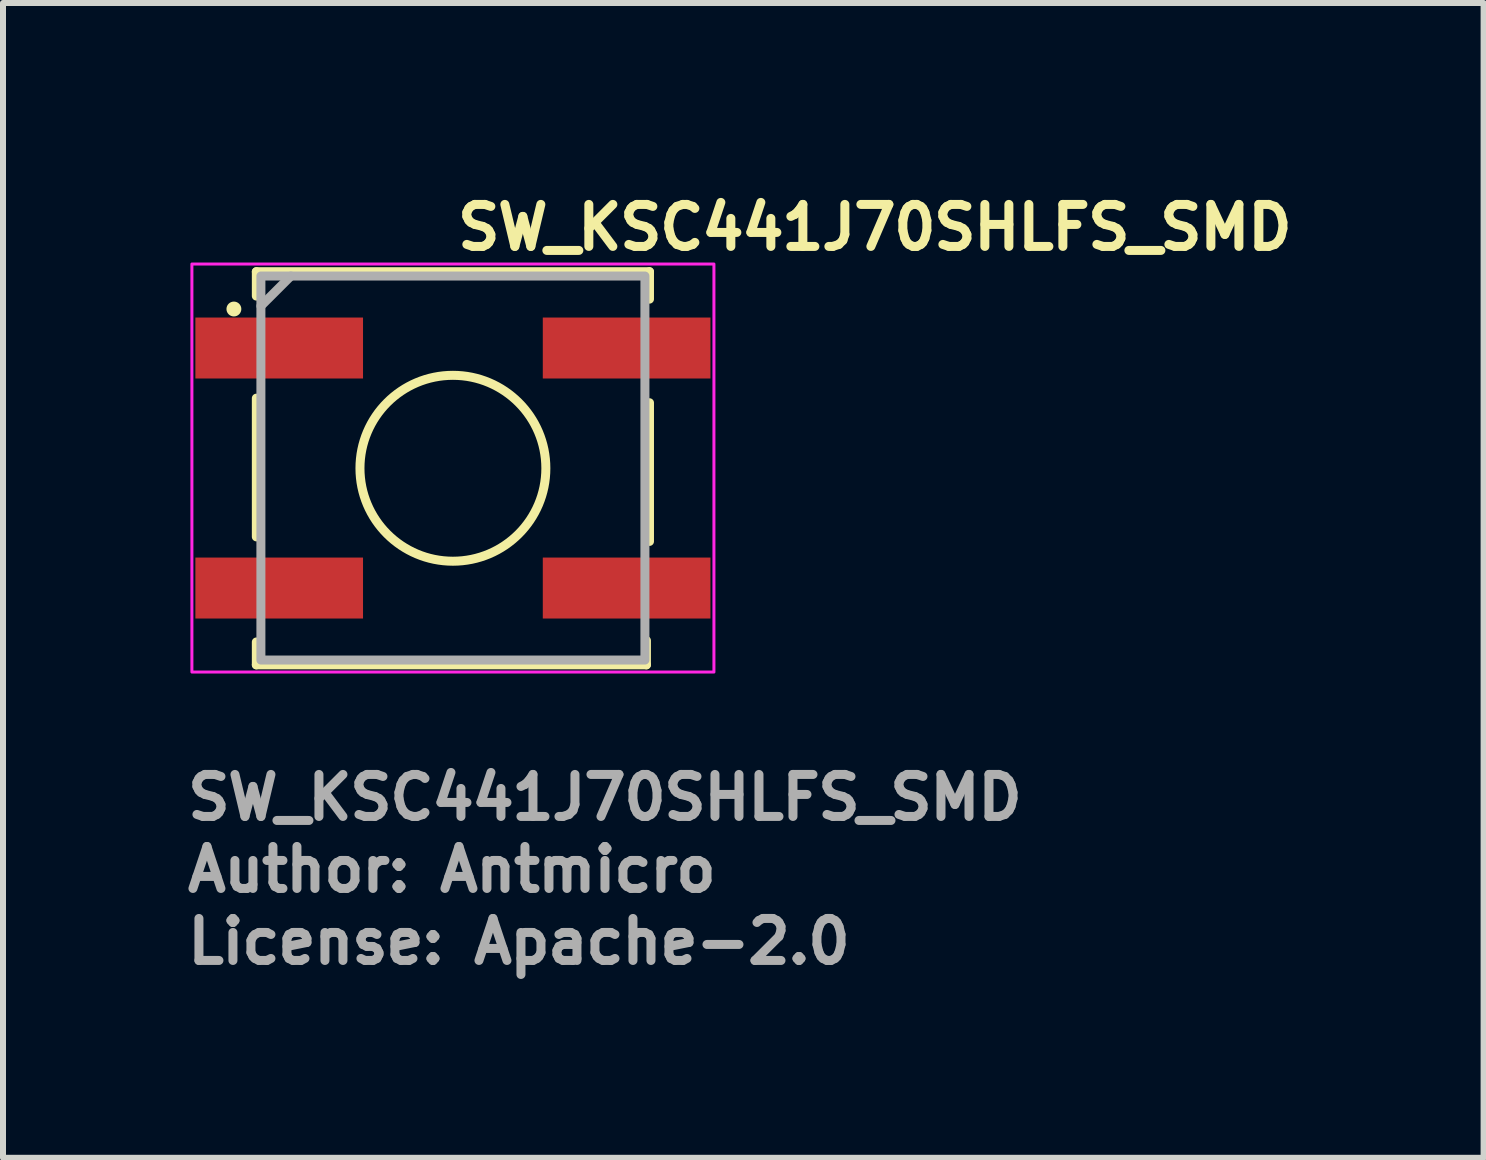
<source format=kicad_pcb>
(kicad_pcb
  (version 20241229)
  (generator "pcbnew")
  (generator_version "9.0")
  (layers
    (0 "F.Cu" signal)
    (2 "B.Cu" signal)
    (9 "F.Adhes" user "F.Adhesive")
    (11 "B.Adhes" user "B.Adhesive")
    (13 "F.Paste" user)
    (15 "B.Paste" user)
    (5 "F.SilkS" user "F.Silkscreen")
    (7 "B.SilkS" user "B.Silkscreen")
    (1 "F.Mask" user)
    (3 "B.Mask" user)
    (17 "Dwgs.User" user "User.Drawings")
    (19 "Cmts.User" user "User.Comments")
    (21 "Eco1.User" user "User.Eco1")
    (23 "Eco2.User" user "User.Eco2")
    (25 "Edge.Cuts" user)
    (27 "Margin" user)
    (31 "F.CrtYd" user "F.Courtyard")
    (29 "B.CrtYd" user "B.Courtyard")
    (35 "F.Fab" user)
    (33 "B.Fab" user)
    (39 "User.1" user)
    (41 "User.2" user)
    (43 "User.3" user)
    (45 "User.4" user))
  (footprint "SW_KSC441J70SHLFS_SMD"
    (layer "F.Cu")
    (at 4.498 4.75)
    (property "Reference" "SW_KSC441J70SHLFS_SMD" (at 0 -3.6 0) (unlocked yes) (layer "F.SilkS") (effects (font (size 0.7 0.7) (thickness 0.15)) (justify left bottom)))
    (attr smd)
    (fp_line (start -3.276 -3.272) (end -3.276 -2.866) (stroke (width 0.15) (type solid)) (layer "F.SilkS"))
    (fp_line (start -3.276 -3.272) (end 3.276 -3.272) (stroke (width 0.15) (type solid)) (layer "F.SilkS"))
    (fp_line (start -3.276 1.147) (end -3.276 -1.164) (stroke (width 0.15) (type solid)) (layer "F.SilkS"))
    (fp_line (start -3.276 3.28) (end -3.276 2.899) (stroke (width 0.15) (type solid)) (layer "F.SilkS"))
    (fp_line (start -3.276 3.28) (end 3.225 3.28) (stroke (width 0.15) (type solid)) (layer "F.SilkS"))
    (fp_line (start 3.225 3.28) (end 3.225 2.874) (stroke (width 0.15) (type solid)) (layer "F.SilkS"))
    (fp_line (start 3.276 -2.815) (end 3.276 -3.272) (stroke (width 0.15) (type solid)) (layer "F.SilkS"))
    (fp_line (start 3.276 1.223) (end 3.276 -1.088) (stroke (width 0.15) (type solid)) (layer "F.SilkS"))
    (fp_circle (center -3.65 -2.65) (end -3.601 -2.65) (stroke (width 0.15) (type solid)) (fill yes) (layer "F.SilkS"))
    (fp_circle (center 0 0.004) (end 0 -1.545) (stroke (width 0.15) (type solid)) (fill no) (layer "F.SilkS"))
    (fp_line (start -0.253 0.004) (end 0.254 0.005) (stroke (width 0.025) (type solid)) (layer "Eco1.User"))
    (fp_line (start 0 -0.25) (end 0 0.258) (stroke (width 0.025) (type solid)) (layer "Eco1.User"))
    (fp_rect (start -4.35 -3.4) (end 4.35 3.4) (stroke (width 0.05) (type solid)) (fill no) (layer "F.CrtYd"))
    (fp_line (start -2.7 -3.2) (end -3.2 -2.7) (stroke (width 0.15) (type solid)) (layer "F.Fab"))
    (fp_rect (start -3.2 -3.2) (end 3.2 3.2) (stroke (width 0.15) (type solid)) (fill no) (layer "F.Fab"))
    (fp_circle (center 0 0.004) (end 0 -1.367) (stroke (width 0.152) (type solid)) (fill no) (layer "User.1"))
    (fp_rect (start -3.4 -3.15) (end 3.4 3.15) (stroke (width 0.1) (type solid)) (fill no) (layer "User.5"))
    (fp_line (start -3.4 -2.375) (end -3.4 -1.625) (stroke (width 0.02) (type solid)) (layer "User.9"))
    (fp_line (start -3.4 -1.625) (end -3.4 -2.375) (stroke (width 0.02) (type solid)) (layer "User.9"))
    (fp_line (start -3.4 1.625) (end -3.4 2.375) (stroke (width 0.02) (type solid)) (layer "User.9"))
    (fp_line (start -3.4 2.375) (end -3.4 1.625) (stroke (width 0.02) (type solid)) (layer "User.9"))
    (fp_line (start -3.312 -2.375) (end -3.4 -2.375) (stroke (width 0.02) (type solid)) (layer "User.9"))
    (fp_line (start -3.312 -2.375) (end -3.312 -2.375) (stroke (width 0.02) (type solid)) (layer "User.9"))
    (fp_line (start -3.15 -2.799) (end -3.15 -2.5) (stroke (width 0.02) (type solid)) (layer "User.9"))
    (fp_line (start -3.15 -2.5) (end -3.15 -2.375) (stroke (width 0.02) (type solid)) (layer "User.9"))
    (fp_line (start -3.15 -1.625) (end -3.15 -1.499) (stroke (width 0.02) (type solid)) (layer "User.9"))
    (fp_line (start -3.15 -1.499) (end -3.15 1.499) (stroke (width 0.02) (type solid)) (layer "User.9"))
    (fp_line (start -3.15 -1.499) (end -3.134 -1.499) (stroke (width 0.02) (type solid)) (layer "User.9"))
    (fp_line (start -3.15 1.499) (end -3.15 1.625) (stroke (width 0.02) (type solid)) (layer "User.9"))
    (fp_line (start -3.15 2.375) (end -3.15 2.5) (stroke (width 0.02) (type solid)) (layer "User.9"))
    (fp_line (start -3.15 2.5) (end -3.15 2.799) (stroke (width 0.02) (type solid)) (layer "User.9"))
    (fp_line (start -3.15 2.5) (end -3.125 2.5) (stroke (width 0.02) (type solid)) (layer "User.9"))
    (fp_line (start -3.15 2.799) (end -3.125 2.799) (stroke (width 0.02) (type solid)) (layer "User.9"))
    (fp_line (start -3.134 -1.976) (end -3.134 -1.971) (stroke (width 0.02) (type solid)) (layer "User.9"))
    (fp_line (start -3.134 -1.971) (end -3.134 -1.964) (stroke (width 0.02) (type solid)) (layer "User.9"))
    (fp_line (start -3.134 -1.964) (end -3.134 1.965) (stroke (width 0.02) (type solid)) (layer "User.9"))
    (fp_line (start -3.134 -1.625) (end -3.4 -1.625) (stroke (width 0.02) (type solid)) (layer "User.9"))
    (fp_line (start -3.134 1.499) (end -3.15 1.499) (stroke (width 0.02) (type solid)) (layer "User.9"))
    (fp_line (start -3.134 1.625) (end -3.4 1.625) (stroke (width 0.02) (type solid)) (layer "User.9"))
    (fp_line (start -3.134 1.965) (end -3.134 1.968) (stroke (width 0.02) (type solid)) (layer "User.9"))
    (fp_line (start -3.134 1.968) (end -3.134 1.971) (stroke (width 0.02) (type solid)) (layer "User.9"))
    (fp_line (start -3.134 1.971) (end -3.134 1.975) (stroke (width 0.02) (type solid)) (layer "User.9"))
    (fp_line (start -3.134 1.975) (end -3.134 1.978) (stroke (width 0.02) (type solid)) (layer "User.9"))
    (fp_line (start -3.134 1.978) (end -3.134 1.982) (stroke (width 0.02) (type solid)) (layer "User.9"))
    (fp_line (start -3.134 1.982) (end -3.133 1.985) (stroke (width 0.02) (type solid)) (layer "User.9"))
    (fp_line (start -3.133 -1.983) (end -3.134 -1.976) (stroke (width 0.02) (type solid)) (layer "User.9"))
    (fp_line (start -3.133 1.985) (end -3.133 1.988) (stroke (width 0.02) (type solid)) (layer "User.9"))
    (fp_line (start -3.133 1.988) (end -3.132 1.992) (stroke (width 0.02) (type solid)) (layer "User.9"))
    (fp_line (start -3.132 -1.988) (end -3.133 -1.983) (stroke (width 0.02) (type solid)) (layer "User.9"))
    (fp_line (start -3.132 1.992) (end -3.131 1.995) (stroke (width 0.02) (type solid)) (layer "User.9"))
    (fp_line (start -3.131 -1.995) (end -3.132 -1.988) (stroke (width 0.02) (type solid)) (layer "User.9"))
    (fp_line (start -3.131 1.995) (end -3.131 1.999) (stroke (width 0.02) (type solid)) (layer "User.9"))
    (fp_line (start -3.131 1.999) (end -3.13 2) (stroke (width 0.02) (type solid)) (layer "User.9"))
    (fp_line (start -3.13 -2) (end -3.131 -1.995) (stroke (width 0.02) (type solid)) (layer "User.9"))
    (fp_line (start -3.13 2) (end -3.129 2.004) (stroke (width 0.02) (type solid)) (layer "User.9"))
    (fp_line (start -3.129 2.004) (end -3.128 2.008) (stroke (width 0.02) (type solid)) (layer "User.9"))
    (fp_line (start -3.128 -2.007) (end -3.13 -2) (stroke (width 0.02) (type solid)) (layer "User.9"))
    (fp_line (start -3.128 2.008) (end -3.127 2.012) (stroke (width 0.02) (type solid)) (layer "User.9"))
    (fp_line (start -3.127 2.012) (end -3.126 2.015) (stroke (width 0.02) (type solid)) (layer "User.9"))
    (fp_line (start -3.126 -2.012) (end -3.128 -2.007) (stroke (width 0.02) (type solid)) (layer "User.9"))
    (fp_line (start -3.126 2.015) (end -3.125 2.016) (stroke (width 0.02) (type solid)) (layer "User.9"))
    (fp_line (start -3.125 -1.212) (end -3.125 2.812) (stroke (width 0.02) (type solid)) (layer "User.9"))
    (fp_line (start -3.125 2.375) (end -3.4 2.375) (stroke (width 0.02) (type solid)) (layer "User.9"))
    (fp_line (start -3.125 2.812) (end -2.705 2.812) (stroke (width 0.02) (type solid)) (layer "User.9"))
    (fp_line (start -3.124 -2.019) (end -3.126 -2.012) (stroke (width 0.02) (type solid)) (layer "User.9"))
    (fp_line (start -3.122 -2.024) (end -3.124 -2.019) (stroke (width 0.02) (type solid)) (layer "User.9"))
    (fp_line (start -3.12 -2.03) (end -3.122 -2.024) (stroke (width 0.02) (type solid)) (layer "User.9"))
    (fp_line (start -3.117 -2.035) (end -3.12 -2.03) (stroke (width 0.02) (type solid)) (layer "User.9"))
    (fp_line (start -3.114 -2.04) (end -3.117 -2.035) (stroke (width 0.02) (type solid)) (layer "User.9"))
    (fp_line (start -3.111 -2.045) (end -3.114 -2.04) (stroke (width 0.02) (type solid)) (layer "User.9"))
    (fp_line (start -3.107 -2.05) (end -3.111 -2.045) (stroke (width 0.02) (type solid)) (layer "User.9"))
    (fp_line (start -3.104 -2.055) (end -3.107 -2.05) (stroke (width 0.02) (type solid)) (layer "User.9"))
    (fp_line (start -3.1 -2.662) (end -3.1 -2.212) (stroke (width 0.02) (type solid)) (layer "User.9"))
    (fp_line (start -3.1 -2.5) (end -3.15 -2.5) (stroke (width 0.02) (type solid)) (layer "User.9"))
    (fp_line (start -3.1 -2.375) (end -3.312 -2.375) (stroke (width 0.02) (type solid)) (layer "User.9"))
    (fp_line (start -3.1 -2.212) (end -3.025 -2.212) (stroke (width 0.02) (type solid)) (layer "User.9"))
    (fp_line (start -3.1 -2.061) (end -3.1 -2.212) (stroke (width 0.02) (type solid)) (layer "User.9"))
    (fp_line (start -3.1 -2.06) (end -3.104 -2.055) (stroke (width 0.02) (type solid)) (layer "User.9"))
    (fp_line (start -3.096 -2.065) (end -3.1 -2.06) (stroke (width 0.02) (type solid)) (layer "User.9"))
    (fp_line (start -3.092 -2.069) (end -3.096 -2.065) (stroke (width 0.02) (type solid)) (layer "User.9"))
    (fp_line (start -3.088 -2.073) (end -3.092 -2.069) (stroke (width 0.02) (type solid)) (layer "User.9"))
    (fp_line (start -3.083 -2.077) (end -3.088 -2.073) (stroke (width 0.02) (type solid)) (layer "User.9"))
    (fp_line (start -3.079 -2.081) (end -3.083 -2.077) (stroke (width 0.02) (type solid)) (layer "User.9"))
    (fp_line (start -3.074 -2.085) (end -3.079 -2.081) (stroke (width 0.02) (type solid)) (layer "User.9"))
    (fp_line (start -3.069 -2.088) (end -3.074 -2.085) (stroke (width 0.02) (type solid)) (layer "User.9"))
    (fp_line (start -3.064 -2.092) (end -3.069 -2.088) (stroke (width 0.02) (type solid)) (layer "User.9"))
    (fp_line (start -3.059 -2.095) (end -3.064 -2.092) (stroke (width 0.02) (type solid)) (layer "User.9"))
    (fp_line (start -3.053 -2.098) (end -3.059 -2.095) (stroke (width 0.02) (type solid)) (layer "User.9"))
    (fp_line (start -3.048 -2.1) (end -3.053 -2.098) (stroke (width 0.02) (type solid)) (layer "User.9"))
    (fp_line (start -3.042 -2.103) (end -3.048 -2.1) (stroke (width 0.02) (type solid)) (layer "User.9"))
    (fp_line (start -3.036 -2.105) (end -3.042 -2.103) (stroke (width 0.02) (type solid)) (layer "User.9"))
    (fp_line (start -3.031 -2.107) (end -3.036 -2.105) (stroke (width 0.02) (type solid)) (layer "User.9"))
    (fp_line (start -3.025 -2.812) (end -3.025 -2.662) (stroke (width 0.02) (type solid)) (layer "User.9"))
    (fp_line (start -3.025 -2.799) (end -3.15 -2.799) (stroke (width 0.02) (type solid)) (layer "User.9"))
    (fp_line (start -3.025 -2.662) (end -3.1 -2.662) (stroke (width 0.02) (type solid)) (layer "User.9"))
    (fp_line (start -3.025 -2.212) (end -3.025 -1.212) (stroke (width 0.02) (type solid)) (layer "User.9"))
    (fp_line (start -3.025 -2.109) (end -3.031 -2.107) (stroke (width 0.02) (type solid)) (layer "User.9"))
    (fp_line (start -3.025 -1.212) (end -3.125 -1.212) (stroke (width 0.02) (type solid)) (layer "User.9"))
    (fp_line (start -2.705 -3.012) (end -2.705 -2.812) (stroke (width 0.02) (type solid)) (layer "User.9"))
    (fp_line (start -2.705 -2.812) (end -3.025 -2.812) (stroke (width 0.02) (type solid)) (layer "User.9"))
    (fp_line (start -2.705 2.812) (end -2.705 3.012) (stroke (width 0.02) (type solid)) (layer "User.9"))
    (fp_line (start -2.705 3.012) (end -2.05 3.012) (stroke (width 0.02) (type solid)) (layer "User.9"))
    (fp_line (start -2.05 -3.012) (end -2.705 -3.012) (stroke (width 0.02) (type solid)) (layer "User.9"))
    (fp_line (start -2.05 -2.95) (end -2.05 -2.812) (stroke (width 0.02) (type solid)) (layer "User.9"))
    (fp_line (start -2.05 -2.812) (end -2.05 -3.012) (stroke (width 0.02) (type solid)) (layer "User.9"))
    (fp_line (start -2.05 2.812) (end -2.05 2.95) (stroke (width 0.02) (type solid)) (layer "User.9"))
    (fp_line (start -2.05 2.812) (end -1.6 2.812) (stroke (width 0.02) (type solid)) (layer "User.9"))
    (fp_line (start -2.05 2.95) (end -2.049 2.957) (stroke (width 0.02) (type solid)) (layer "User.9"))
    (fp_line (start -2.05 3.012) (end -2.05 2.812) (stroke (width 0.02) (type solid)) (layer "User.9"))
    (fp_line (start -2.049 -2.965) (end -2.049 -2.957) (stroke (width 0.02) (type solid)) (layer "User.9"))
    (fp_line (start -2.049 -2.957) (end -2.05 -2.95) (stroke (width 0.02) (type solid)) (layer "User.9"))
    (fp_line (start -2.049 2.957) (end -2.049 2.965) (stroke (width 0.02) (type solid)) (layer "User.9"))
    (fp_line (start -2.049 2.965) (end -2.048 2.972) (stroke (width 0.02) (type solid)) (layer "User.9"))
    (fp_line (start -2.048 -2.972) (end -2.049 -2.965) (stroke (width 0.02) (type solid)) (layer "User.9"))
    (fp_line (start -2.048 2.972) (end -2.046 2.98) (stroke (width 0.02) (type solid)) (layer "User.9"))
    (fp_line (start -2.046 -2.98) (end -2.048 -2.972) (stroke (width 0.02) (type solid)) (layer "User.9"))
    (fp_line (start -2.046 2.98) (end -2.045 2.987) (stroke (width 0.02) (type solid)) (layer "User.9"))
    (fp_line (start -2.045 -2.987) (end -2.046 -2.98) (stroke (width 0.02) (type solid)) (layer "User.9"))
    (fp_line (start -2.045 2.987) (end -2.043 2.994) (stroke (width 0.02) (type solid)) (layer "User.9"))
    (fp_line (start -2.043 -2.994) (end -2.045 -2.987) (stroke (width 0.02) (type solid)) (layer "User.9"))
    (fp_line (start -2.043 2.994) (end -2.04 3.001) (stroke (width 0.02) (type solid)) (layer "User.9"))
    (fp_line (start -2.04 -3.001) (end -2.043 -2.994) (stroke (width 0.02) (type solid)) (layer "User.9"))
    (fp_line (start -2.04 3.001) (end -2.038 3.008) (stroke (width 0.02) (type solid)) (layer "User.9"))
    (fp_line (start -2.038 -3.008) (end -2.04 -3.001) (stroke (width 0.02) (type solid)) (layer "User.9"))
    (fp_line (start -2.038 3.008) (end -2.035 3.015) (stroke (width 0.02) (type solid)) (layer "User.9"))
    (fp_line (start -2.036 -3.012) (end -2.05 -3.012) (stroke (width 0.02) (type solid)) (layer "User.9"))
    (fp_line (start -2.036 3.012) (end -2.05 3.012) (stroke (width 0.02) (type solid)) (layer "User.9"))
    (fp_line (start -2.035 -3.015) (end -2.038 -3.008) (stroke (width 0.02) (type solid)) (layer "User.9"))
    (fp_line (start -2.035 3.015) (end -2.031 3.021) (stroke (width 0.02) (type solid)) (layer "User.9"))
    (fp_line (start -2.031 -3.021) (end -2.035 -3.015) (stroke (width 0.02) (type solid)) (layer "User.9"))
    (fp_line (start -2.031 3.021) (end -2.028 3.027) (stroke (width 0.02) (type solid)) (layer "User.9"))
    (fp_line (start -2.028 -3.027) (end -2.031 -3.021) (stroke (width 0.02) (type solid)) (layer "User.9"))
    (fp_line (start -2.028 3.027) (end -2.024 3.033) (stroke (width 0.02) (type solid)) (layer "User.9"))
    (fp_line (start -2.024 -3.033) (end -2.028 -3.027) (stroke (width 0.02) (type solid)) (layer "User.9"))
    (fp_line (start -2.024 3.033) (end -2.02 3.039) (stroke (width 0.02) (type solid)) (layer "User.9"))
    (fp_line (start -2.02 -3.039) (end -2.024 -3.033) (stroke (width 0.02) (type solid)) (layer "User.9"))
    (fp_line (start -2.02 3.039) (end -2.015 3.045) (stroke (width 0.02) (type solid)) (layer "User.9"))
    (fp_line (start -2.015 -3.045) (end -2.02 -3.039) (stroke (width 0.02) (type solid)) (layer "User.9"))
    (fp_line (start -2.015 3.045) (end -2.011 3.05) (stroke (width 0.02) (type solid)) (layer "User.9"))
    (fp_line (start -2.011 -3.05) (end -2.015 -3.045) (stroke (width 0.02) (type solid)) (layer "User.9"))
    (fp_line (start -2.011 3.05) (end -2.006 3.056) (stroke (width 0.02) (type solid)) (layer "User.9"))
    (fp_line (start -2.006 -3.056) (end -2.011 -3.05) (stroke (width 0.02) (type solid)) (layer "User.9"))
    (fp_line (start -2.006 3.056) (end -2 3.061) (stroke (width 0.02) (type solid)) (layer "User.9"))
    (fp_line (start -2 -3.061) (end -2.006 -3.056) (stroke (width 0.02) (type solid)) (layer "User.9"))
    (fp_line (start -2 3.061) (end -1.995 3.065) (stroke (width 0.02) (type solid)) (layer "User.9"))
    (fp_line (start -1.995 -3.065) (end -2 -3.061) (stroke (width 0.02) (type solid)) (layer "User.9"))
    (fp_line (start -1.995 3.065) (end -1.989 3.07) (stroke (width 0.02) (type solid)) (layer "User.9"))
    (fp_line (start -1.989 -3.07) (end -1.995 -3.065) (stroke (width 0.02) (type solid)) (layer "User.9"))
    (fp_line (start -1.989 3.07) (end -1.983 3.074) (stroke (width 0.02) (type solid)) (layer "User.9"))
    (fp_line (start -1.983 -3.074) (end -1.989 -3.07) (stroke (width 0.02) (type solid)) (layer "User.9"))
    (fp_line (start -1.983 3.074) (end -1.977 3.078) (stroke (width 0.02) (type solid)) (layer "User.9"))
    (fp_line (start -1.977 -3.078) (end -1.983 -3.074) (stroke (width 0.02) (type solid)) (layer "User.9"))
    (fp_line (start -1.977 3.078) (end -1.971 3.081) (stroke (width 0.02) (type solid)) (layer "User.9"))
    (fp_line (start -1.971 -3.081) (end -1.977 -3.078) (stroke (width 0.02) (type solid)) (layer "User.9"))
    (fp_line (start -1.971 3.081) (end -1.965 3.085) (stroke (width 0.02) (type solid)) (layer "User.9"))
    (fp_line (start -1.965 -3.085) (end -1.971 -3.081) (stroke (width 0.02) (type solid)) (layer "User.9"))
    (fp_line (start -1.965 3.085) (end -1.958 3.088) (stroke (width 0.02) (type solid)) (layer "User.9"))
    (fp_line (start -1.958 -3.088) (end -1.965 -3.085) (stroke (width 0.02) (type solid)) (layer "User.9"))
    (fp_line (start -1.958 3.088) (end -1.951 3.09) (stroke (width 0.02) (type solid)) (layer "User.9"))
    (fp_line (start -1.951 -3.09) (end -1.958 -3.088) (stroke (width 0.02) (type solid)) (layer "User.9"))
    (fp_line (start -1.951 3.09) (end -1.944 3.093) (stroke (width 0.02) (type solid)) (layer "User.9"))
    (fp_line (start -1.944 -3.093) (end -1.951 -3.09) (stroke (width 0.02) (type solid)) (layer "User.9"))
    (fp_line (start -1.944 3.093) (end -1.937 3.095) (stroke (width 0.02) (type solid)) (layer "User.9"))
    (fp_line (start -1.937 -3.095) (end -1.944 -3.093) (stroke (width 0.02) (type solid)) (layer "User.9"))
    (fp_line (start -1.937 3.095) (end -1.93 3.096) (stroke (width 0.02) (type solid)) (layer "User.9"))
    (fp_line (start -1.93 -3.096) (end -1.937 -3.095) (stroke (width 0.02) (type solid)) (layer "User.9"))
    (fp_line (start -1.93 3.096) (end -1.922 3.098) (stroke (width 0.02) (type solid)) (layer "User.9"))
    (fp_line (start -1.922 -3.098) (end -1.93 -3.096) (stroke (width 0.02) (type solid)) (layer "User.9"))
    (fp_line (start -1.922 3.098) (end -1.915 3.099) (stroke (width 0.02) (type solid)) (layer "User.9"))
    (fp_line (start -1.915 -3.099) (end -1.922 -3.098) (stroke (width 0.02) (type solid)) (layer "User.9"))
    (fp_line (start -1.915 3.099) (end -1.907 3.099) (stroke (width 0.02) (type solid)) (layer "User.9"))
    (fp_line (start -1.907 -3.099) (end -1.915 -3.099) (stroke (width 0.02) (type solid)) (layer "User.9"))
    (fp_line (start -1.907 3.099) (end -1.899 3.1) (stroke (width 0.02) (type solid)) (layer "User.9"))
    (fp_line (start -1.899 -3.1) (end -1.907 -3.099) (stroke (width 0.02) (type solid)) (layer "User.9"))
    (fp_line (start -1.899 3.1) (end -1.312 3.1) (stroke (width 0.02) (type solid)) (layer "User.9"))
    (fp_line (start -1.8 -3.15) (end -1.8 -3.1) (stroke (width 0.02) (type solid)) (layer "User.9"))
    (fp_line (start -1.8 3.1) (end -1.8 3.15) (stroke (width 0.02) (type solid)) (layer "User.9"))
    (fp_line (start -1.8 3.15) (end 1.8 3.15) (stroke (width 0.02) (type solid)) (layer "User.9"))
    (fp_line (start -1.639 0) (end -1.639 0) (stroke (width 0.02) (type solid)) (layer "User.9"))
    (fp_line (start -1.639 0) (end -1.637 0.084) (stroke (width 0.02) (type solid)) (layer "User.9"))
    (fp_line (start -1.637 -0.083) (end -1.639 0) (stroke (width 0.02) (type solid)) (layer "User.9"))
    (fp_line (start -1.637 0.084) (end -1.631 0.168) (stroke (width 0.02) (type solid)) (layer "User.9"))
    (fp_line (start -1.631 -0.167) (end -1.637 -0.083) (stroke (width 0.02) (type solid)) (layer "User.9"))
    (fp_line (start -1.631 0.168) (end -1.621 0.25) (stroke (width 0.02) (type solid)) (layer "User.9"))
    (fp_line (start -1.621 -0.249) (end -1.631 -0.167) (stroke (width 0.02) (type solid)) (layer "User.9"))
    (fp_line (start -1.621 0.25) (end -1.606 0.331) (stroke (width 0.02) (type solid)) (layer "User.9"))
    (fp_line (start -1.606 -0.33) (end -1.621 -0.249) (stroke (width 0.02) (type solid)) (layer "User.9"))
    (fp_line (start -1.606 0.331) (end -1.588 0.409) (stroke (width 0.02) (type solid)) (layer "User.9"))
    (fp_line (start -1.6 -2.812) (end -2.05 -2.812) (stroke (width 0.02) (type solid)) (layer "User.9"))
    (fp_line (start -1.6 2.812) (end -1.287 3.125) (stroke (width 0.02) (type solid)) (layer "User.9"))
    (fp_line (start -1.588 -0.409) (end -1.606 -0.33) (stroke (width 0.02) (type solid)) (layer "User.9"))
    (fp_line (start -1.588 0.409) (end -1.566 0.488) (stroke (width 0.02) (type solid)) (layer "User.9"))
    (fp_line (start -1.566 -0.487) (end -1.588 -0.409) (stroke (width 0.02) (type solid)) (layer "User.9"))
    (fp_line (start -1.566 0.488) (end -1.54 0.564) (stroke (width 0.02) (type solid)) (layer "User.9"))
    (fp_line (start -1.54 -0.562) (end -1.566 -0.487) (stroke (width 0.02) (type solid)) (layer "User.9"))
    (fp_line (start -1.54 0.564) (end -1.511 0.639) (stroke (width 0.02) (type solid)) (layer "User.9"))
    (fp_line (start -1.511 -0.638) (end -1.54 -0.562) (stroke (width 0.02) (type solid)) (layer "User.9"))
    (fp_line (start -1.511 0.639) (end -1.478 0.712) (stroke (width 0.02) (type solid)) (layer "User.9"))
    (fp_line (start -1.478 -0.711) (end -1.511 -0.638) (stroke (width 0.02) (type solid)) (layer "User.9"))
    (fp_line (start -1.478 0.712) (end -1.442 0.781) (stroke (width 0.02) (type solid)) (layer "User.9"))
    (fp_line (start -1.442 -0.781) (end -1.478 -0.711) (stroke (width 0.02) (type solid)) (layer "User.9"))
    (fp_line (start -1.442 0.781) (end -1.402 0.85) (stroke (width 0.02) (type solid)) (layer "User.9"))
    (fp_line (start -1.402 -0.85) (end -1.442 -0.781) (stroke (width 0.02) (type solid)) (layer "User.9"))
    (fp_line (start -1.402 0.85) (end -1.359 0.916) (stroke (width 0.02) (type solid)) (layer "User.9"))
    (fp_line (start -1.359 -0.915) (end -1.402 -0.85) (stroke (width 0.02) (type solid)) (layer "User.9"))
    (fp_line (start -1.359 0.916) (end -1.314 0.981) (stroke (width 0.02) (type solid)) (layer "User.9"))
    (fp_line (start -1.354 0) (end -1.354 0) (stroke (width 0.02) (type solid)) (layer "User.9"))
    (fp_line (start -1.354 0) (end -1.352 0.069) (stroke (width 0.02) (type solid)) (layer "User.9"))
    (fp_line (start -1.352 -0.069) (end -1.354 0) (stroke (width 0.02) (type solid)) (layer "User.9"))
    (fp_line (start -1.352 0.069) (end -1.347 0.139) (stroke (width 0.02) (type solid)) (layer "User.9"))
    (fp_line (start -1.347 -0.138) (end -1.352 -0.069) (stroke (width 0.02) (type solid)) (layer "User.9"))
    (fp_line (start -1.347 0.139) (end -1.338 0.206) (stroke (width 0.02) (type solid)) (layer "User.9"))
    (fp_line (start -1.338 -0.206) (end -1.347 -0.138) (stroke (width 0.02) (type solid)) (layer "User.9"))
    (fp_line (start -1.338 0.206) (end -1.326 0.272) (stroke (width 0.02) (type solid)) (layer "User.9"))
    (fp_line (start -1.326 -0.272) (end -1.338 -0.206) (stroke (width 0.02) (type solid)) (layer "User.9"))
    (fp_line (start -1.326 0.272) (end -1.311 0.338) (stroke (width 0.02) (type solid)) (layer "User.9"))
    (fp_line (start -1.314 -0.981) (end -1.359 -0.915) (stroke (width 0.02) (type solid)) (layer "User.9"))
    (fp_line (start -1.314 0.981) (end -1.265 1.043) (stroke (width 0.02) (type solid)) (layer "User.9"))
    (fp_line (start -1.312 -3.1) (end -1.899 -3.1) (stroke (width 0.02) (type solid)) (layer "User.9"))
    (fp_line (start -1.311 -0.338) (end -1.326 -0.272) (stroke (width 0.02) (type solid)) (layer "User.9"))
    (fp_line (start -1.311 0.338) (end -1.293 0.402) (stroke (width 0.02) (type solid)) (layer "User.9"))
    (fp_line (start -1.293 -0.402) (end -1.311 -0.338) (stroke (width 0.02) (type solid)) (layer "User.9"))
    (fp_line (start -1.293 0.402) (end -1.271 0.465) (stroke (width 0.02) (type solid)) (layer "User.9"))
    (fp_line (start -1.287 -3.125) (end -1.6 -2.812) (stroke (width 0.02) (type solid)) (layer "User.9"))
    (fp_line (start -1.287 3.125) (end 1.287 3.125) (stroke (width 0.02) (type solid)) (layer "User.9"))
    (fp_line (start -1.271 -0.465) (end -1.293 -0.402) (stroke (width 0.02) (type solid)) (layer "User.9"))
    (fp_line (start -1.271 0.465) (end -1.247 0.528) (stroke (width 0.02) (type solid)) (layer "User.9"))
    (fp_line (start -1.265 -1.043) (end -1.314 -0.981) (stroke (width 0.02) (type solid)) (layer "User.9"))
    (fp_line (start -1.265 1.043) (end -1.213 1.101) (stroke (width 0.02) (type solid)) (layer "User.9"))
    (fp_line (start -1.247 -0.527) (end -1.271 -0.465) (stroke (width 0.02) (type solid)) (layer "User.9"))
    (fp_line (start -1.247 0.528) (end -1.22 0.588) (stroke (width 0.02) (type solid)) (layer "User.9"))
    (fp_line (start -1.22 -0.587) (end -1.247 -0.527) (stroke (width 0.02) (type solid)) (layer "User.9"))
    (fp_line (start -1.22 0.588) (end -1.19 0.646) (stroke (width 0.02) (type solid)) (layer "User.9"))
    (fp_line (start -1.213 -1.102) (end -1.265 -1.043) (stroke (width 0.02) (type solid)) (layer "User.9"))
    (fp_line (start -1.213 1.101) (end -1.159 1.159) (stroke (width 0.02) (type solid)) (layer "User.9"))
    (fp_line (start -1.19 -0.645) (end -1.22 -0.587) (stroke (width 0.02) (type solid)) (layer "User.9"))
    (fp_line (start -1.19 0.646) (end -1.158 0.703) (stroke (width 0.02) (type solid)) (layer "User.9"))
    (fp_line (start -1.159 -1.159) (end -1.213 -1.102) (stroke (width 0.02) (type solid)) (layer "User.9"))
    (fp_line (start -1.159 1.159) (end -1.102 1.213) (stroke (width 0.02) (type solid)) (layer "User.9"))
    (fp_line (start -1.158 -0.701) (end -1.19 -0.645) (stroke (width 0.02) (type solid)) (layer "User.9"))
    (fp_line (start -1.158 0.703) (end -1.122 0.757) (stroke (width 0.02) (type solid)) (layer "User.9"))
    (fp_line (start -1.122 -0.757) (end -1.158 -0.701) (stroke (width 0.02) (type solid)) (layer "User.9"))
    (fp_line (start -1.122 0.757) (end -1.085 0.81) (stroke (width 0.02) (type solid)) (layer "User.9"))
    (fp_line (start -1.102 -1.213) (end -1.159 -1.159) (stroke (width 0.02) (type solid)) (layer "User.9"))
    (fp_line (start -1.102 1.213) (end -1.043 1.265) (stroke (width 0.02) (type solid)) (layer "User.9"))
    (fp_line (start -1.085 -0.81) (end -1.122 -0.757) (stroke (width 0.02) (type solid)) (layer "User.9"))
    (fp_line (start -1.085 0.81) (end -1.044 0.861) (stroke (width 0.02) (type solid)) (layer "User.9"))
    (fp_line (start -1.044 -0.861) (end -1.085 -0.81) (stroke (width 0.02) (type solid)) (layer "User.9"))
    (fp_line (start -1.044 0.861) (end -1.002 0.91) (stroke (width 0.02) (type solid)) (layer "User.9"))
    (fp_line (start -1.043 -1.265) (end -1.102 -1.213) (stroke (width 0.02) (type solid)) (layer "User.9"))
    (fp_line (start -1.043 1.265) (end -0.981 1.314) (stroke (width 0.02) (type solid)) (layer "User.9"))
    (fp_line (start -1.002 -0.91) (end -1.044 -0.861) (stroke (width 0.02) (type solid)) (layer "User.9"))
    (fp_line (start -1.002 0.91) (end -0.957 0.957) (stroke (width 0.02) (type solid)) (layer "User.9"))
    (fp_line (start -0.981 -1.314) (end -1.043 -1.265) (stroke (width 0.02) (type solid)) (layer "User.9"))
    (fp_line (start -0.981 1.314) (end -0.916 1.359) (stroke (width 0.02) (type solid)) (layer "User.9"))
    (fp_line (start -0.957 -0.957) (end -1.002 -0.91) (stroke (width 0.02) (type solid)) (layer "User.9"))
    (fp_line (start -0.957 0.957) (end -0.91 1.002) (stroke (width 0.02) (type solid)) (layer "User.9"))
    (fp_line (start -0.916 -1.359) (end -0.981 -1.314) (stroke (width 0.02) (type solid)) (layer "User.9"))
    (fp_line (start -0.916 1.359) (end -0.85 1.402) (stroke (width 0.02) (type solid)) (layer "User.9"))
    (fp_line (start -0.91 -1.002) (end -0.957 -0.957) (stroke (width 0.02) (type solid)) (layer "User.9"))
    (fp_line (start -0.91 1.002) (end -0.861 1.044) (stroke (width 0.02) (type solid)) (layer "User.9"))
    (fp_line (start -0.861 -1.044) (end -0.91 -1.002) (stroke (width 0.02) (type solid)) (layer "User.9"))
    (fp_line (start -0.861 1.044) (end -0.81 1.085) (stroke (width 0.02) (type solid)) (layer "User.9"))
    (fp_line (start -0.85 -1.402) (end -0.916 -1.359) (stroke (width 0.02) (type solid)) (layer "User.9"))
    (fp_line (start -0.85 1.402) (end -0.781 1.442) (stroke (width 0.02) (type solid)) (layer "User.9"))
    (fp_line (start -0.81 -1.085) (end -0.861 -1.044) (stroke (width 0.02) (type solid)) (layer "User.9"))
    (fp_line (start -0.81 1.085) (end -0.757 1.121) (stroke (width 0.02) (type solid)) (layer "User.9"))
    (fp_line (start -0.781 -1.442) (end -0.85 -1.402) (stroke (width 0.02) (type solid)) (layer "User.9"))
    (fp_line (start -0.781 1.442) (end -0.711 1.478) (stroke (width 0.02) (type solid)) (layer "User.9"))
    (fp_line (start -0.757 -1.122) (end -0.81 -1.085) (stroke (width 0.02) (type solid)) (layer "User.9"))
    (fp_line (start -0.757 1.121) (end -0.702 1.158) (stroke (width 0.02) (type solid)) (layer "User.9"))
    (fp_line (start -0.711 -1.478) (end -0.781 -1.442) (stroke (width 0.02) (type solid)) (layer "User.9"))
    (fp_line (start -0.711 1.478) (end -0.638 1.511) (stroke (width 0.02) (type solid)) (layer "User.9"))
    (fp_line (start -0.702 -1.158) (end -0.757 -1.122) (stroke (width 0.02) (type solid)) (layer "User.9"))
    (fp_line (start -0.702 1.158) (end -0.645 1.19) (stroke (width 0.02) (type solid)) (layer "User.9"))
    (fp_line (start -0.645 -1.19) (end -0.702 -1.158) (stroke (width 0.02) (type solid)) (layer "User.9"))
    (fp_line (start -0.645 1.19) (end -0.587 1.22) (stroke (width 0.02) (type solid)) (layer "User.9"))
    (fp_line (start -0.638 -1.511) (end -0.711 -1.478) (stroke (width 0.02) (type solid)) (layer "User.9"))
    (fp_line (start -0.638 1.511) (end -0.563 1.54) (stroke (width 0.02) (type solid)) (layer "User.9"))
    (fp_line (start -0.587 -1.22) (end -0.645 -1.19) (stroke (width 0.02) (type solid)) (layer "User.9"))
    (fp_line (start -0.587 1.22) (end -0.527 1.246) (stroke (width 0.02) (type solid)) (layer "User.9"))
    (fp_line (start -0.563 -1.54) (end -0.638 -1.511) (stroke (width 0.02) (type solid)) (layer "User.9"))
    (fp_line (start -0.563 1.54) (end -0.487 1.566) (stroke (width 0.02) (type solid)) (layer "User.9"))
    (fp_line (start -0.527 -1.247) (end -0.587 -1.22) (stroke (width 0.02) (type solid)) (layer "User.9"))
    (fp_line (start -0.527 1.246) (end -0.465 1.27) (stroke (width 0.02) (type solid)) (layer "User.9"))
    (fp_line (start -0.487 -1.565) (end -0.563 -1.54) (stroke (width 0.02) (type solid)) (layer "User.9"))
    (fp_line (start -0.487 1.566) (end -0.409 1.588) (stroke (width 0.02) (type solid)) (layer "User.9"))
    (fp_line (start -0.465 -1.27) (end -0.527 -1.247) (stroke (width 0.02) (type solid)) (layer "User.9"))
    (fp_line (start -0.465 1.27) (end -0.402 1.293) (stroke (width 0.02) (type solid)) (layer "User.9"))
    (fp_line (start -0.409 -1.588) (end -0.487 -1.565) (stroke (width 0.02) (type solid)) (layer "User.9"))
    (fp_line (start -0.409 1.588) (end -0.33 1.605) (stroke (width 0.02) (type solid)) (layer "User.9"))
    (fp_line (start -0.402 -1.293) (end -0.465 -1.27) (stroke (width 0.02) (type solid)) (layer "User.9"))
    (fp_line (start -0.402 1.293) (end -0.338 1.311) (stroke (width 0.02) (type solid)) (layer "User.9"))
    (fp_line (start -0.338 -1.311) (end -0.402 -1.293) (stroke (width 0.02) (type solid)) (layer "User.9"))
    (fp_line (start -0.338 1.311) (end -0.272 1.326) (stroke (width 0.02) (type solid)) (layer "User.9"))
    (fp_line (start -0.33 -1.605) (end -0.409 -1.588) (stroke (width 0.02) (type solid)) (layer "User.9"))
    (fp_line (start -0.33 1.605) (end -0.249 1.621) (stroke (width 0.02) (type solid)) (layer "User.9"))
    (fp_line (start -0.272 -1.326) (end -0.338 -1.311) (stroke (width 0.02) (type solid)) (layer "User.9"))
    (fp_line (start -0.272 1.326) (end -0.206 1.338) (stroke (width 0.02) (type solid)) (layer "User.9"))
    (fp_line (start -0.249 -1.621) (end -0.33 -1.605) (stroke (width 0.02) (type solid)) (layer "User.9"))
    (fp_line (start -0.249 1.621) (end -0.167 1.631) (stroke (width 0.02) (type solid)) (layer "User.9"))
    (fp_line (start -0.206 -1.338) (end -0.272 -1.326) (stroke (width 0.02) (type solid)) (layer "User.9"))
    (fp_line (start -0.206 1.338) (end -0.138 1.347) (stroke (width 0.02) (type solid)) (layer "User.9"))
    (fp_line (start -0.167 -1.631) (end -0.249 -1.621) (stroke (width 0.02) (type solid)) (layer "User.9"))
    (fp_line (start -0.167 1.631) (end -0.084 1.637) (stroke (width 0.02) (type solid)) (layer "User.9"))
    (fp_line (start -0.138 -1.347) (end -0.206 -1.338) (stroke (width 0.02) (type solid)) (layer "User.9"))
    (fp_line (start -0.138 1.347) (end -0.069 1.351) (stroke (width 0.02) (type solid)) (layer "User.9"))
    (fp_line (start -0.084 -1.637) (end -0.167 -1.631) (stroke (width 0.02) (type solid)) (layer "User.9"))
    (fp_line (start -0.084 1.637) (end 0 1.64) (stroke (width 0.02) (type solid)) (layer "User.9"))
    (fp_line (start -0.069 -1.351) (end -0.138 -1.347) (stroke (width 0.02) (type solid)) (layer "User.9"))
    (fp_line (start -0.069 1.351) (end 0 1.354) (stroke (width 0.02) (type solid)) (layer "User.9"))
    (fp_line (start 0 -1.64) (end -0.084 -1.637) (stroke (width 0.02) (type solid)) (layer "User.9"))
    (fp_line (start 0 -1.64) (end 0 -1.64) (stroke (width 0.02) (type solid)) (layer "User.9"))
    (fp_line (start 0 -1.354) (end -0.069 -1.351) (stroke (width 0.02) (type solid)) (layer "User.9"))
    (fp_line (start 0 -1.354) (end 0 -1.354) (stroke (width 0.02) (type solid)) (layer "User.9"))
    (fp_line (start 0 1.354) (end 0 1.354) (stroke (width 0.02) (type solid)) (layer "User.9"))
    (fp_line (start 0 1.354) (end 0.069 1.351) (stroke (width 0.02) (type solid)) (layer "User.9"))
    (fp_line (start 0 1.64) (end 0 1.64) (stroke (width 0.02) (type solid)) (layer "User.9"))
    (fp_line (start 0 1.64) (end 0.084 1.637) (stroke (width 0.02) (type solid)) (layer "User.9"))
    (fp_line (start 0.069 -1.351) (end 0 -1.354) (stroke (width 0.02) (type solid)) (layer "User.9"))
    (fp_line (start 0.069 1.351) (end 0.138 1.347) (stroke (width 0.02) (type solid)) (layer "User.9"))
    (fp_line (start 0.084 -1.637) (end 0 -1.64) (stroke (width 0.02) (type solid)) (layer "User.9"))
    (fp_line (start 0.084 1.637) (end 0.167 1.631) (stroke (width 0.02) (type solid)) (layer "User.9"))
    (fp_line (start 0.138 -1.347) (end 0.069 -1.351) (stroke (width 0.02) (type solid)) (layer "User.9"))
    (fp_line (start 0.138 1.347) (end 0.206 1.338) (stroke (width 0.02) (type solid)) (layer "User.9"))
    (fp_line (start 0.167 -1.631) (end 0.084 -1.637) (stroke (width 0.02) (type solid)) (layer "User.9"))
    (fp_line (start 0.167 1.631) (end 0.249 1.621) (stroke (width 0.02) (type solid)) (layer "User.9"))
    (fp_line (start 0.206 -1.338) (end 0.138 -1.347) (stroke (width 0.02) (type solid)) (layer "User.9"))
    (fp_line (start 0.206 1.338) (end 0.272 1.326) (stroke (width 0.02) (type solid)) (layer "User.9"))
    (fp_line (start 0.249 -1.621) (end 0.167 -1.631) (stroke (width 0.02) (type solid)) (layer "User.9"))
    (fp_line (start 0.249 1.621) (end 0.33 1.605) (stroke (width 0.02) (type solid)) (layer "User.9"))
    (fp_line (start 0.272 -1.326) (end 0.206 -1.338) (stroke (width 0.02) (type solid)) (layer "User.9"))
    (fp_line (start 0.272 1.326) (end 0.338 1.311) (stroke (width 0.02) (type solid)) (layer "User.9"))
    (fp_line (start 0.33 -1.605) (end 0.249 -1.621) (stroke (width 0.02) (type solid)) (layer "User.9"))
    (fp_line (start 0.33 1.605) (end 0.409 1.588) (stroke (width 0.02) (type solid)) (layer "User.9"))
    (fp_line (start 0.338 -1.311) (end 0.272 -1.326) (stroke (width 0.02) (type solid)) (layer "User.9"))
    (fp_line (start 0.338 1.311) (end 0.402 1.293) (stroke (width 0.02) (type solid)) (layer "User.9"))
    (fp_line (start 0.402 -1.293) (end 0.338 -1.311) (stroke (width 0.02) (type solid)) (layer "User.9"))
    (fp_line (start 0.402 1.293) (end 0.465 1.27) (stroke (width 0.02) (type solid)) (layer "User.9"))
    (fp_line (start 0.409 -1.588) (end 0.33 -1.605) (stroke (width 0.02) (type solid)) (layer "User.9"))
    (fp_line (start 0.409 1.588) (end 0.487 1.566) (stroke (width 0.02) (type solid)) (layer "User.9"))
    (fp_line (start 0.465 -1.27) (end 0.402 -1.293) (stroke (width 0.02) (type solid)) (layer "User.9"))
    (fp_line (start 0.465 1.27) (end 0.527 1.246) (stroke (width 0.02) (type solid)) (layer "User.9"))
    (fp_line (start 0.487 -1.565) (end 0.409 -1.588) (stroke (width 0.02) (type solid)) (layer "User.9"))
    (fp_line (start 0.487 1.566) (end 0.563 1.54) (stroke (width 0.02) (type solid)) (layer "User.9"))
    (fp_line (start 0.527 -1.247) (end 0.465 -1.27) (stroke (width 0.02) (type solid)) (layer "User.9"))
    (fp_line (start 0.527 1.246) (end 0.587 1.22) (stroke (width 0.02) (type solid)) (layer "User.9"))
    (fp_line (start 0.563 -1.54) (end 0.487 -1.565) (stroke (width 0.02) (type solid)) (layer "User.9"))
    (fp_line (start 0.563 1.54) (end 0.638 1.511) (stroke (width 0.02) (type solid)) (layer "User.9"))
    (fp_line (start 0.587 -1.22) (end 0.527 -1.247) (stroke (width 0.02) (type solid)) (layer "User.9"))
    (fp_line (start 0.587 1.22) (end 0.645 1.19) (stroke (width 0.02) (type solid)) (layer "User.9"))
    (fp_line (start 0.638 -1.511) (end 0.563 -1.54) (stroke (width 0.02) (type solid)) (layer "User.9"))
    (fp_line (start 0.638 1.511) (end 0.711 1.478) (stroke (width 0.02) (type solid)) (layer "User.9"))
    (fp_line (start 0.645 -1.19) (end 0.587 -1.22) (stroke (width 0.02) (type solid)) (layer "User.9"))
    (fp_line (start 0.645 1.19) (end 0.702 1.158) (stroke (width 0.02) (type solid)) (layer "User.9"))
    (fp_line (start 0.702 -1.158) (end 0.645 -1.19) (stroke (width 0.02) (type solid)) (layer "User.9"))
    (fp_line (start 0.702 1.158) (end 0.757 1.121) (stroke (width 0.02) (type solid)) (layer "User.9"))
    (fp_line (start 0.711 -1.478) (end 0.638 -1.511) (stroke (width 0.02) (type solid)) (layer "User.9"))
    (fp_line (start 0.711 1.478) (end 0.781 1.442) (stroke (width 0.02) (type solid)) (layer "User.9"))
    (fp_line (start 0.757 -1.122) (end 0.702 -1.158) (stroke (width 0.02) (type solid)) (layer "User.9"))
    (fp_line (start 0.757 1.121) (end 0.81 1.085) (stroke (width 0.02) (type solid)) (layer "User.9"))
    (fp_line (start 0.781 -1.442) (end 0.711 -1.478) (stroke (width 0.02) (type solid)) (layer "User.9"))
    (fp_line (start 0.781 1.442) (end 0.85 1.402) (stroke (width 0.02) (type solid)) (layer "User.9"))
    (fp_line (start 0.81 -1.085) (end 0.757 -1.122) (stroke (width 0.02) (type solid)) (layer "User.9"))
    (fp_line (start 0.81 1.085) (end 0.861 1.044) (stroke (width 0.02) (type solid)) (layer "User.9"))
    (fp_line (start 0.85 -1.402) (end 0.781 -1.442) (stroke (width 0.02) (type solid)) (layer "User.9"))
    (fp_line (start 0.85 1.402) (end 0.916 1.359) (stroke (width 0.02) (type solid)) (layer "User.9"))
    (fp_line (start 0.861 -1.044) (end 0.81 -1.085) (stroke (width 0.02) (type solid)) (layer "User.9"))
    (fp_line (start 0.861 1.044) (end 0.91 1.002) (stroke (width 0.02) (type solid)) (layer "User.9"))
    (fp_line (start 0.91 -1.002) (end 0.861 -1.044) (stroke (width 0.02) (type solid)) (layer "User.9"))
    (fp_line (start 0.91 1.002) (end 0.957 0.957) (stroke (width 0.02) (type solid)) (layer "User.9"))
    (fp_line (start 0.916 -1.359) (end 0.85 -1.402) (stroke (width 0.02) (type solid)) (layer "User.9"))
    (fp_line (start 0.916 1.359) (end 0.981 1.314) (stroke (width 0.02) (type solid)) (layer "User.9"))
    (fp_line (start 0.957 -0.957) (end 0.91 -1.002) (stroke (width 0.02) (type solid)) (layer "User.9"))
    (fp_line (start 0.957 0.957) (end 1.002 0.91) (stroke (width 0.02) (type solid)) (layer "User.9"))
    (fp_line (start 0.981 -1.314) (end 0.916 -1.359) (stroke (width 0.02) (type solid)) (layer "User.9"))
    (fp_line (start 0.981 1.314) (end 1.043 1.265) (stroke (width 0.02) (type solid)) (layer "User.9"))
    (fp_line (start 1.002 -0.91) (end 0.957 -0.957) (stroke (width 0.02) (type solid)) (layer "User.9"))
    (fp_line (start 1.002 0.91) (end 1.044 0.861) (stroke (width 0.02) (type solid)) (layer "User.9"))
    (fp_line (start 1.043 -1.265) (end 0.981 -1.314) (stroke (width 0.02) (type solid)) (layer "User.9"))
    (fp_line (start 1.043 1.265) (end 1.102 1.213) (stroke (width 0.02) (type solid)) (layer "User.9"))
    (fp_line (start 1.044 -0.861) (end 1.002 -0.91) (stroke (width 0.02) (type solid)) (layer "User.9"))
    (fp_line (start 1.044 0.861) (end 1.085 0.81) (stroke (width 0.02) (type solid)) (layer "User.9"))
    (fp_line (start 1.085 -0.81) (end 1.044 -0.861) (stroke (width 0.02) (type solid)) (layer "User.9"))
    (fp_line (start 1.085 0.81) (end 1.122 0.757) (stroke (width 0.02) (type solid)) (layer "User.9"))
    (fp_line (start 1.102 -1.213) (end 1.043 -1.265) (stroke (width 0.02) (type solid)) (layer "User.9"))
    (fp_line (start 1.102 1.213) (end 1.159 1.159) (stroke (width 0.02) (type solid)) (layer "User.9"))
    (fp_line (start 1.122 -0.757) (end 1.085 -0.81) (stroke (width 0.02) (type solid)) (layer "User.9"))
    (fp_line (start 1.122 0.757) (end 1.158 0.703) (stroke (width 0.02) (type solid)) (layer "User.9"))
    (fp_line (start 1.158 -0.701) (end 1.122 -0.757) (stroke (width 0.02) (type solid)) (layer "User.9"))
    (fp_line (start 1.158 0.703) (end 1.19 0.646) (stroke (width 0.02) (type solid)) (layer "User.9"))
    (fp_line (start 1.159 -1.159) (end 1.102 -1.213) (stroke (width 0.02) (type solid)) (layer "User.9"))
    (fp_line (start 1.159 1.159) (end 1.213 1.101) (stroke (width 0.02) (type solid)) (layer "User.9"))
    (fp_line (start 1.19 -0.645) (end 1.158 -0.701) (stroke (width 0.02) (type solid)) (layer "User.9"))
    (fp_line (start 1.19 0.646) (end 1.22 0.588) (stroke (width 0.02) (type solid)) (layer "User.9"))
    (fp_line (start 1.213 -1.102) (end 1.159 -1.159) (stroke (width 0.02) (type solid)) (layer "User.9"))
    (fp_line (start 1.213 1.101) (end 1.265 1.043) (stroke (width 0.02) (type solid)) (layer "User.9"))
    (fp_line (start 1.22 -0.587) (end 1.19 -0.645) (stroke (width 0.02) (type solid)) (layer "User.9"))
    (fp_line (start 1.22 0.588) (end 1.247 0.528) (stroke (width 0.02) (type solid)) (layer "User.9"))
    (fp_line (start 1.247 -0.527) (end 1.22 -0.587) (stroke (width 0.02) (type solid)) (layer "User.9"))
    (fp_line (start 1.247 0.528) (end 1.271 0.465) (stroke (width 0.02) (type solid)) (layer "User.9"))
    (fp_line (start 1.265 -1.043) (end 1.213 -1.102) (stroke (width 0.02) (type solid)) (layer "User.9"))
    (fp_line (start 1.265 1.043) (end 1.314 0.981) (stroke (width 0.02) (type solid)) (layer "User.9"))
    (fp_line (start 1.271 -0.465) (end 1.247 -0.527) (stroke (width 0.02) (type solid)) (layer "User.9"))
    (fp_line (start 1.271 0.465) (end 1.293 0.402) (stroke (width 0.02) (type solid)) (layer "User.9"))
    (fp_line (start 1.287 -3.125) (end -1.287 -3.125) (stroke (width 0.02) (type solid)) (layer "User.9"))
    (fp_line (start 1.287 3.125) (end 1.6 2.812) (stroke (width 0.02) (type solid)) (layer "User.9"))
    (fp_line (start 1.293 -0.402) (end 1.271 -0.465) (stroke (width 0.02) (type solid)) (layer "User.9"))
    (fp_line (start 1.293 0.402) (end 1.311 0.338) (stroke (width 0.02) (type solid)) (layer "User.9"))
    (fp_line (start 1.311 -0.338) (end 1.293 -0.402) (stroke (width 0.02) (type solid)) (layer "User.9"))
    (fp_line (start 1.311 0.338) (end 1.326 0.272) (stroke (width 0.02) (type solid)) (layer "User.9"))
    (fp_line (start 1.312 3.1) (end 1.899 3.1) (stroke (width 0.02) (type solid)) (layer "User.9"))
    (fp_line (start 1.314 -0.981) (end 1.265 -1.043) (stroke (width 0.02) (type solid)) (layer "User.9"))
    (fp_line (start 1.314 0.981) (end 1.359 0.916) (stroke (width 0.02) (type solid)) (layer "User.9"))
    (fp_line (start 1.326 -0.272) (end 1.311 -0.338) (stroke (width 0.02) (type solid)) (layer "User.9"))
    (fp_line (start 1.326 0.272) (end 1.338 0.206) (stroke (width 0.02) (type solid)) (layer "User.9"))
    (fp_line (start 1.338 -0.206) (end 1.326 -0.272) (stroke (width 0.02) (type solid)) (layer "User.9"))
    (fp_line (start 1.338 0.206) (end 1.347 0.139) (stroke (width 0.02) (type solid)) (layer "User.9"))
    (fp_line (start 1.347 -0.138) (end 1.338 -0.206) (stroke (width 0.02) (type solid)) (layer "User.9"))
    (fp_line (start 1.347 0.139) (end 1.352 0.069) (stroke (width 0.02) (type solid)) (layer "User.9"))
    (fp_line (start 1.352 -0.069) (end 1.347 -0.138) (stroke (width 0.02) (type solid)) (layer "User.9"))
    (fp_line (start 1.352 0.069) (end 1.354 0) (stroke (width 0.02) (type solid)) (layer "User.9"))
    (fp_line (start 1.354 0) (end 1.352 -0.069) (stroke (width 0.02) (type solid)) (layer "User.9"))
    (fp_line (start 1.354 0) (end 1.354 0) (stroke (width 0.02) (type solid)) (layer "User.9"))
    (fp_line (start 1.354 0) (end 1.354 0) (stroke (width 0.02) (type solid)) (layer "User.9"))
    (fp_line (start 1.359 -0.915) (end 1.314 -0.981) (stroke (width 0.02) (type solid)) (layer "User.9"))
    (fp_line (start 1.359 0.916) (end 1.402 0.85) (stroke (width 0.02) (type solid)) (layer "User.9"))
    (fp_line (start 1.402 -0.85) (end 1.359 -0.915) (stroke (width 0.02) (type solid)) (layer "User.9"))
    (fp_line (start 1.402 0.85) (end 1.442 0.781) (stroke (width 0.02) (type solid)) (layer "User.9"))
    (fp_line (start 1.442 -0.781) (end 1.402 -0.85) (stroke (width 0.02) (type solid)) (layer "User.9"))
    (fp_line (start 1.442 0.781) (end 1.478 0.712) (stroke (width 0.02) (type solid)) (layer "User.9"))
    (fp_line (start 1.478 -0.711) (end 1.442 -0.781) (stroke (width 0.02) (type solid)) (layer "User.9"))
    (fp_line (start 1.478 0.712) (end 1.511 0.639) (stroke (width 0.02) (type solid)) (layer "User.9"))
    (fp_line (start 1.511 -0.638) (end 1.478 -0.711) (stroke (width 0.02) (type solid)) (layer "User.9"))
    (fp_line (start 1.511 0.639) (end 1.54 0.564) (stroke (width 0.02) (type solid)) (layer "User.9"))
    (fp_line (start 1.54 -0.562) (end 1.511 -0.638) (stroke (width 0.02) (type solid)) (layer "User.9"))
    (fp_line (start 1.54 0.564) (end 1.566 0.488) (stroke (width 0.02) (type solid)) (layer "User.9"))
    (fp_line (start 1.566 -0.487) (end 1.54 -0.562) (stroke (width 0.02) (type solid)) (layer "User.9"))
    (fp_line (start 1.566 0.488) (end 1.588 0.409) (stroke (width 0.02) (type solid)) (layer "User.9"))
    (fp_line (start 1.588 -0.409) (end 1.566 -0.487) (stroke (width 0.02) (type solid)) (layer "User.9"))
    (fp_line (start 1.588 0.409) (end 1.606 0.331) (stroke (width 0.02) (type solid)) (layer "User.9"))
    (fp_line (start 1.6 -2.812) (end 1.287 -3.125) (stroke (width 0.02) (type solid)) (layer "User.9"))
    (fp_line (start 1.6 2.812) (end 2.05 2.812) (stroke (width 0.02) (type solid)) (layer "User.9"))
    (fp_line (start 1.606 -0.33) (end 1.588 -0.409) (stroke (width 0.02) (type solid)) (layer "User.9"))
    (fp_line (start 1.606 0.331) (end 1.621 0.25) (stroke (width 0.02) (type solid)) (layer "User.9"))
    (fp_line (start 1.621 -0.249) (end 1.606 -0.33) (stroke (width 0.02) (type solid)) (layer "User.9"))
    (fp_line (start 1.621 0.25) (end 1.631 0.168) (stroke (width 0.02) (type solid)) (layer "User.9"))
    (fp_line (start 1.631 -0.167) (end 1.621 -0.249) (stroke (width 0.02) (type solid)) (layer "User.9"))
    (fp_line (start 1.631 0.168) (end 1.637 0.084) (stroke (width 0.02) (type solid)) (layer "User.9"))
    (fp_line (start 1.637 -0.083) (end 1.631 -0.167) (stroke (width 0.02) (type solid)) (layer "User.9"))
    (fp_line (start 1.637 0.084) (end 1.639 0) (stroke (width 0.02) (type solid)) (layer "User.9"))
    (fp_line (start 1.639 0) (end 1.637 -0.083) (stroke (width 0.02) (type solid)) (layer "User.9"))
    (fp_line (start 1.639 0) (end 1.639 0) (stroke (width 0.02) (type solid)) (layer "User.9"))
    (fp_line (start 1.639 0) (end 1.639 0) (stroke (width 0.02) (type solid)) (layer "User.9"))
    (fp_line (start 1.8 -3.15) (end -1.8 -3.15) (stroke (width 0.02) (type solid)) (layer "User.9"))
    (fp_line (start 1.8 -3.1) (end 1.8 -3.15) (stroke (width 0.02) (type solid)) (layer "User.9"))
    (fp_line (start 1.8 3.15) (end 1.8 3.1) (stroke (width 0.02) (type solid)) (layer "User.9"))
    (fp_line (start 1.899 -3.1) (end 1.312 -3.1) (stroke (width 0.02) (type solid)) (layer "User.9"))
    (fp_line (start 1.899 3.1) (end 1.907 3.099) (stroke (width 0.02) (type solid)) (layer "User.9"))
    (fp_line (start 1.907 -3.099) (end 1.899 -3.1) (stroke (width 0.02) (type solid)) (layer "User.9"))
    (fp_line (start 1.907 3.099) (end 1.915 3.099) (stroke (width 0.02) (type solid)) (layer "User.9"))
    (fp_line (start 1.915 -3.099) (end 1.907 -3.099) (stroke (width 0.02) (type solid)) (layer "User.9"))
    (fp_line (start 1.915 3.099) (end 1.922 3.098) (stroke (width 0.02) (type solid)) (layer "User.9"))
    (fp_line (start 1.922 -3.098) (end 1.915 -3.099) (stroke (width 0.02) (type solid)) (layer "User.9"))
    (fp_line (start 1.922 3.098) (end 1.93 3.096) (stroke (width 0.02) (type solid)) (layer "User.9"))
    (fp_line (start 1.93 -3.096) (end 1.922 -3.098) (stroke (width 0.02) (type solid)) (layer "User.9"))
    (fp_line (start 1.93 3.096) (end 1.937 3.095) (stroke (width 0.02) (type solid)) (layer "User.9"))
    (fp_line (start 1.937 -3.095) (end 1.93 -3.096) (stroke (width 0.02) (type solid)) (layer "User.9"))
    (fp_line (start 1.937 3.095) (end 1.944 3.093) (stroke (width 0.02) (type solid)) (layer "User.9"))
    (fp_line (start 1.944 -3.093) (end 1.937 -3.095) (stroke (width 0.02) (type solid)) (layer "User.9"))
    (fp_line (start 1.944 3.093) (end 1.951 3.09) (stroke (width 0.02) (type solid)) (layer "User.9"))
    (fp_line (start 1.951 -3.09) (end 1.944 -3.093) (stroke (width 0.02) (type solid)) (layer "User.9"))
    (fp_line (start 1.951 3.09) (end 1.958 3.088) (stroke (width 0.02) (type solid)) (layer "User.9"))
    (fp_line (start 1.958 -3.088) (end 1.951 -3.09) (stroke (width 0.02) (type solid)) (layer "User.9"))
    (fp_line (start 1.958 3.088) (end 1.965 3.085) (stroke (width 0.02) (type solid)) (layer "User.9"))
    (fp_line (start 1.965 -3.085) (end 1.958 -3.088) (stroke (width 0.02) (type solid)) (layer "User.9"))
    (fp_line (start 1.965 3.085) (end 1.971 3.081) (stroke (width 0.02) (type solid)) (layer "User.9"))
    (fp_line (start 1.971 -3.081) (end 1.965 -3.085) (stroke (width 0.02) (type solid)) (layer "User.9"))
    (fp_line (start 1.971 3.081) (end 1.977 3.078) (stroke (width 0.02) (type solid)) (layer "User.9"))
    (fp_line (start 1.977 -3.078) (end 1.971 -3.081) (stroke (width 0.02) (type solid)) (layer "User.9"))
    (fp_line (start 1.977 3.078) (end 1.983 3.074) (stroke (width 0.02) (type solid)) (layer "User.9"))
    (fp_line (start 1.983 -3.074) (end 1.977 -3.078) (stroke (width 0.02) (type solid)) (layer "User.9"))
    (fp_line (start 1.983 3.074) (end 1.989 3.07) (stroke (width 0.02) (type solid)) (layer "User.9"))
    (fp_line (start 1.989 -3.07) (end 1.983 -3.074) (stroke (width 0.02) (type solid)) (layer "User.9"))
    (fp_line (start 1.989 3.07) (end 1.995 3.065) (stroke (width 0.02) (type solid)) (layer "User.9"))
    (fp_line (start 1.995 -3.065) (end 1.989 -3.07) (stroke (width 0.02) (type solid)) (layer "User.9"))
    (fp_line (start 1.995 3.065) (end 2 3.061) (stroke (width 0.02) (type solid)) (layer "User.9"))
    (fp_line (start 2 -3.061) (end 1.995 -3.065) (stroke (width 0.02) (type solid)) (layer "User.9"))
    (fp_line (start 2 3.061) (end 2.006 3.056) (stroke (width 0.02) (type solid)) (layer "User.9"))
    (fp_line (start 2.006 -3.056) (end 2 -3.061) (stroke (width 0.02) (type solid)) (layer "User.9"))
    (fp_line (start 2.006 3.056) (end 2.011 3.05) (stroke (width 0.02) (type solid)) (layer "User.9"))
    (fp_line (start 2.011 -3.05) (end 2.006 -3.056) (stroke (width 0.02) (type solid)) (layer "User.9"))
    (fp_line (start 2.011 3.05) (end 2.015 3.045) (stroke (width 0.02) (type solid)) (layer "User.9"))
    (fp_line (start 2.015 -3.045) (end 2.011 -3.05) (stroke (width 0.02) (type solid)) (layer "User.9"))
    (fp_line (start 2.015 3.045) (end 2.02 3.039) (stroke (width 0.02) (type solid)) (layer "User.9"))
    (fp_line (start 2.02 -3.039) (end 2.015 -3.045) (stroke (width 0.02) (type solid)) (layer "User.9"))
    (fp_line (start 2.02 3.039) (end 2.024 3.033) (stroke (width 0.02) (type solid)) (layer "User.9"))
    (fp_line (start 2.024 -3.033) (end 2.02 -3.039) (stroke (width 0.02) (type solid)) (layer "User.9"))
    (fp_line (start 2.024 3.033) (end 2.028 3.027) (stroke (width 0.02) (type solid)) (layer "User.9"))
    (fp_line (start 2.028 -3.027) (end 2.024 -3.033) (stroke (width 0.02) (type solid)) (layer "User.9"))
    (fp_line (start 2.028 3.027) (end 2.031 3.021) (stroke (width 0.02) (type solid)) (layer "User.9"))
    (fp_line (start 2.031 -3.021) (end 2.028 -3.027) (stroke (width 0.02) (type solid)) (layer "User.9"))
    (fp_line (start 2.031 3.021) (end 2.035 3.015) (stroke (width 0.02) (type solid)) (layer "User.9"))
    (fp_line (start 2.035 -3.015) (end 2.031 -3.021) (stroke (width 0.02) (type solid)) (layer "User.9"))
    (fp_line (start 2.035 3.015) (end 2.038 3.008) (stroke (width 0.02) (type solid)) (layer "User.9"))
    (fp_line (start 2.038 -3.008) (end 2.035 -3.015) (stroke (width 0.02) (type solid)) (layer "User.9"))
    (fp_line (start 2.038 3.008) (end 2.04 3.001) (stroke (width 0.02) (type solid)) (layer "User.9"))
    (fp_line (start 2.04 -3.001) (end 2.038 -3.008) (stroke (width 0.02) (type solid)) (layer "User.9"))
    (fp_line (start 2.04 3.001) (end 2.043 2.994) (stroke (width 0.02) (type solid)) (layer "User.9"))
    (fp_line (start 2.043 -2.994) (end 2.04 -3.001) (stroke (width 0.02) (type solid)) (layer "User.9"))
    (fp_line (start 2.043 2.994) (end 2.045 2.987) (stroke (width 0.02) (type solid)) (layer "User.9"))
    (fp_line (start 2.045 -2.987) (end 2.043 -2.994) (stroke (width 0.02) (type solid)) (layer "User.9"))
    (fp_line (start 2.045 2.987) (end 2.046 2.98) (stroke (width 0.02) (type solid)) (layer "User.9"))
    (fp_line (start 2.046 -2.98) (end 2.045 -2.987) (stroke (width 0.02) (type solid)) (layer "User.9"))
    (fp_line (start 2.046 2.98) (end 2.048 2.972) (stroke (width 0.02) (type solid)) (layer "User.9"))
    (fp_line (start 2.048 -2.972) (end 2.046 -2.98) (stroke (width 0.02) (type solid)) (layer "User.9"))
    (fp_line (start 2.048 2.972) (end 2.049 2.965) (stroke (width 0.02) (type solid)) (layer "User.9"))
    (fp_line (start 2.049 -2.965) (end 2.048 -2.972) (stroke (width 0.02) (type solid)) (layer "User.9"))
    (fp_line (start 2.049 -2.957) (end 2.049 -2.965) (stroke (width 0.02) (type solid)) (layer "User.9"))
    (fp_line (start 2.049 2.957) (end 2.05 2.95) (stroke (width 0.02) (type solid)) (layer "User.9"))
    (fp_line (start 2.049 2.965) (end 2.049 2.957) (stroke (width 0.02) (type solid)) (layer "User.9"))
    (fp_line (start 2.05 -3.012) (end 2.036 -3.012) (stroke (width 0.02) (type solid)) (layer "User.9"))
    (fp_line (start 2.05 -3.012) (end 2.05 -2.812) (stroke (width 0.02) (type solid)) (layer "User.9"))
    (fp_line (start 2.05 -2.95) (end 2.049 -2.957) (stroke (width 0.02) (type solid)) (layer "User.9"))
    (fp_line (start 2.05 -2.812) (end 1.6 -2.812) (stroke (width 0.02) (type solid)) (layer "User.9"))
    (fp_line (start 2.05 -2.812) (end 2.05 -2.95) (stroke (width 0.02) (type solid)) (layer "User.9"))
    (fp_line (start 2.05 2.812) (end 2.05 3.012) (stroke (width 0.02) (type solid)) (layer "User.9"))
    (fp_line (start 2.05 2.95) (end 2.05 2.812) (stroke (width 0.02) (type solid)) (layer "User.9"))
    (fp_line (start 2.05 3.012) (end 2.036 3.012) (stroke (width 0.02) (type solid)) (layer "User.9"))
    (fp_line (start 2.05 3.012) (end 2.705 3.012) (stroke (width 0.02) (type solid)) (layer "User.9"))
    (fp_line (start 2.705 -3.012) (end 2.05 -3.012) (stroke (width 0.02) (type solid)) (layer "User.9"))
    (fp_line (start 2.705 -2.812) (end 2.705 -3.012) (stroke (width 0.02) (type solid)) (layer "User.9"))
    (fp_line (start 2.705 2.812) (end 3.125 2.812) (stroke (width 0.02) (type solid)) (layer "User.9"))
    (fp_line (start 2.705 3.012) (end 2.705 2.812) (stroke (width 0.02) (type solid)) (layer "User.9"))
    (fp_line (start 3.025 -2.812) (end 2.705 -2.812) (stroke (width 0.02) (type solid)) (layer "User.9"))
    (fp_line (start 3.025 -2.662) (end 3.025 -2.812) (stroke (width 0.02) (type solid)) (layer "User.9"))
    (fp_line (start 3.025 -2.212) (end 3.1 -2.212) (stroke (width 0.02) (type solid)) (layer "User.9"))
    (fp_line (start 3.025 -1.212) (end 3.025 -2.212) (stroke (width 0.02) (type solid)) (layer "User.9"))
    (fp_line (start 3.031 -2.107) (end 3.024 -2.109) (stroke (width 0.02) (type solid)) (layer "User.9"))
    (fp_line (start 3.036 -2.105) (end 3.031 -2.107) (stroke (width 0.02) (type solid)) (layer "User.9"))
    (fp_line (start 3.042 -2.103) (end 3.036 -2.105) (stroke (width 0.02) (type solid)) (layer "User.9"))
    (fp_line (start 3.048 -2.1) (end 3.042 -2.103) (stroke (width 0.02) (type solid)) (layer "User.9"))
    (fp_line (start 3.059 -2.095) (end 3.048 -2.1) (stroke (width 0.02) (type solid)) (layer "User.9"))
    (fp_line (start 3.069 -2.088) (end 3.059 -2.095) (stroke (width 0.02) (type solid)) (layer "User.9"))
    (fp_line (start 3.079 -2.081) (end 3.069 -2.088) (stroke (width 0.02) (type solid)) (layer "User.9"))
    (fp_line (start 3.088 -2.073) (end 3.079 -2.081) (stroke (width 0.02) (type solid)) (layer "User.9"))
    (fp_line (start 3.096 -2.065) (end 3.088 -2.073) (stroke (width 0.02) (type solid)) (layer "User.9"))
    (fp_line (start 3.1 -2.662) (end 3.025 -2.662) (stroke (width 0.02) (type solid)) (layer "User.9"))
    (fp_line (start 3.1 -2.5) (end 3.15 -2.5) (stroke (width 0.02) (type solid)) (layer "User.9"))
    (fp_line (start 3.1 -2.375) (end 3.312 -2.375) (stroke (width 0.02) (type solid)) (layer "User.9"))
    (fp_line (start 3.1 -2.212) (end 3.1 -2.662) (stroke (width 0.02) (type solid)) (layer "User.9"))
    (fp_line (start 3.1 -2.061) (end 3.1 -2.212) (stroke (width 0.02) (type solid)) (layer "User.9"))
    (fp_line (start 3.104 -2.055) (end 3.096 -2.065) (stroke (width 0.02) (type solid)) (layer "User.9"))
    (fp_line (start 3.111 -2.046) (end 3.104 -2.055) (stroke (width 0.02) (type solid)) (layer "User.9"))
    (fp_line (start 3.117 -2.035) (end 3.111 -2.046) (stroke (width 0.02) (type solid)) (layer "User.9"))
    (fp_line (start 3.122 -2.024) (end 3.117 -2.035) (stroke (width 0.02) (type solid)) (layer "User.9"))
    (fp_line (start 3.125 -1.212) (end 3.025 -1.212) (stroke (width 0.02) (type solid)) (layer "User.9"))
    (fp_line (start 3.125 2.016) (end 3.126 2.015) (stroke (width 0.02) (type solid)) (layer "User.9"))
    (fp_line (start 3.125 2.375) (end 3.4 2.375) (stroke (width 0.02) (type solid)) (layer "User.9"))
    (fp_line (start 3.125 2.799) (end 3.15 2.799) (stroke (width 0.02) (type solid)) (layer "User.9"))
    (fp_line (start 3.125 2.812) (end 3.125 -1.212) (stroke (width 0.02) (type solid)) (layer "User.9"))
    (fp_line (start 3.126 -2.012) (end 3.122 -2.024) (stroke (width 0.02) (type solid)) (layer "User.9"))
    (fp_line (start 3.126 2.015) (end 3.127 2.012) (stroke (width 0.02) (type solid)) (layer "User.9"))
    (fp_line (start 3.127 2.012) (end 3.128 2.008) (stroke (width 0.02) (type solid)) (layer "User.9"))
    (fp_line (start 3.128 2.008) (end 3.129 2.004) (stroke (width 0.02) (type solid)) (layer "User.9"))
    (fp_line (start 3.129 2.004) (end 3.13 2) (stroke (width 0.02) (type solid)) (layer "User.9"))
    (fp_line (start 3.13 -2) (end 3.126 -2.012) (stroke (width 0.02) (type solid)) (layer "User.9"))
    (fp_line (start 3.13 2) (end 3.131 1.999) (stroke (width 0.02) (type solid)) (layer "User.9"))
    (fp_line (start 3.131 1.995) (end 3.132 1.992) (stroke (width 0.02) (type solid)) (layer "User.9"))
    (fp_line (start 3.131 1.999) (end 3.131 1.995) (stroke (width 0.02) (type solid)) (layer "User.9"))
    (fp_line (start 3.132 -1.988) (end 3.13 -2) (stroke (width 0.02) (type solid)) (layer "User.9"))
    (fp_line (start 3.132 1.992) (end 3.133 1.988) (stroke (width 0.02) (type solid)) (layer "User.9"))
    (fp_line (start 3.133 -1.983) (end 3.132 -1.988) (stroke (width 0.02) (type solid)) (layer "User.9"))
    (fp_line (start 3.133 1.985) (end 3.134 1.982) (stroke (width 0.02) (type solid)) (layer "User.9"))
    (fp_line (start 3.133 1.988) (end 3.133 1.985) (stroke (width 0.02) (type solid)) (layer "User.9"))
    (fp_line (start 3.134 -1.976) (end 3.133 -1.983) (stroke (width 0.02) (type solid)) (layer "User.9"))
    (fp_line (start 3.134 -1.971) (end 3.134 -1.976) (stroke (width 0.02) (type solid)) (layer "User.9"))
    (fp_line (start 3.134 -1.964) (end 3.134 -1.971) (stroke (width 0.02) (type solid)) (layer "User.9"))
    (fp_line (start 3.134 -1.625) (end 3.4 -1.625) (stroke (width 0.02) (type solid)) (layer "User.9"))
    (fp_line (start 3.134 1.499) (end 3.15 1.499) (stroke (width 0.02) (type solid)) (layer "User.9"))
    (fp_line (start 3.134 1.625) (end 3.4 1.625) (stroke (width 0.02) (type solid)) (layer "User.9"))
    (fp_line (start 3.134 1.965) (end 3.134 -1.964) (stroke (width 0.02) (type solid)) (layer "User.9"))
    (fp_line (start 3.134 1.968) (end 3.134 1.965) (stroke (width 0.02) (type solid)) (layer "User.9"))
    (fp_line (start 3.134 1.971) (end 3.134 1.968) (stroke (width 0.02) (type solid)) (layer "User.9"))
    (fp_line (start 3.134 1.975) (end 3.134 1.971) (stroke (width 0.02) (type solid)) (layer "User.9"))
    (fp_line (start 3.134 1.978) (end 3.134 1.975) (stroke (width 0.02) (type solid)) (layer "User.9"))
    (fp_line (start 3.134 1.982) (end 3.134 1.978) (stroke (width 0.02) (type solid)) (layer "User.9"))
    (fp_line (start 3.15 -2.799) (end 3.025 -2.799) (stroke (width 0.02) (type solid)) (layer "User.9"))
    (fp_line (start 3.15 -2.5) (end 3.15 -2.799) (stroke (width 0.02) (type solid)) (layer "User.9"))
    (fp_line (start 3.15 -2.5) (end 3.15 -2.375) (stroke (width 0.02) (type solid)) (layer "User.9"))
    (fp_line (start 3.15 -1.625) (end 3.15 -1.499) (stroke (width 0.02) (type solid)) (layer "User.9"))
    (fp_line (start 3.15 -1.499) (end 3.134 -1.499) (stroke (width 0.02) (type solid)) (layer "User.9"))
    (fp_line (start 3.15 1.499) (end 3.15 -1.499) (stroke (width 0.02) (type solid)) (layer "User.9"))
    (fp_line (start 3.15 1.499) (end 3.15 1.625) (stroke (width 0.02) (type solid)) (layer "User.9"))
    (fp_line (start 3.15 2.375) (end 3.15 2.5) (stroke (width 0.02) (type solid)) (layer "User.9"))
    (fp_line (start 3.15 2.5) (end 3.125 2.5) (stroke (width 0.02) (type solid)) (layer "User.9"))
    (fp_line (start 3.15 2.799) (end 3.15 2.5) (stroke (width 0.02) (type solid)) (layer "User.9"))
    (fp_line (start 3.312 -2.375) (end 3.312 -2.375) (stroke (width 0.02) (type solid)) (layer "User.9"))
    (fp_line (start 3.312 -2.375) (end 3.4 -2.375) (stroke (width 0.02) (type solid)) (layer "User.9"))
    (fp_line (start 3.4 -2.375) (end 3.4 -1.625) (stroke (width 0.02) (type solid)) (layer "User.9"))
    (fp_line (start 3.4 -1.625) (end 3.4 -2.375) (stroke (width 0.02) (type solid)) (layer "User.9"))
    (fp_line (start 3.4 1.625) (end 3.4 2.375) (stroke (width 0.02) (type solid)) (layer "User.9"))
    (fp_line (start 3.4 2.375) (end 3.4 1.625) (stroke (width 0.02) (type solid)) (layer "User.9"))
    (fp_text user "License: Apache-2.0" (at -4.498 8.3 0) (layer "F.Fab") (effects (font (size 0.7 0.7) (thickness 0.15)) (justify left bottom)))
    (fp_text user "${REFERENCE}" (at -4.498 5.9 0) (unlocked yes) (layer "F.Fab") (effects (font (size 0.7 0.7) (thickness 0.15)) (justify left bottom)))
    (fp_text user "Author: Antmicro" (at -4.498 7.1 0) (layer "F.Fab") (effects (font (size 0.7 0.7) (thickness 0.15)) (justify left bottom)))
    (pad "1" smd rect (at -2.895 -2) (size 2.794 1.016) (layers "F.Cu" "F.Mask" "F.Paste"))
    (pad "2" smd rect (at 2.895 -2) (size 2.794 1.016) (layers "F.Cu" "F.Mask" "F.Paste"))
    (pad "3" smd rect (at -2.895 2) (size 2.794 1.016) (layers "F.Cu" "F.Mask" "F.Paste"))
    (pad "4" smd rect (at 2.895 2) (size 2.794 1.016) (layers "F.Cu" "F.Mask" "F.Paste")))
  (gr_rect
    (start -3 -3)
    (end 21.675 16.245)
    (stroke (width 0.1) (type default))
    (fill no)
    (layer "Edge.Cuts")))
</source>
